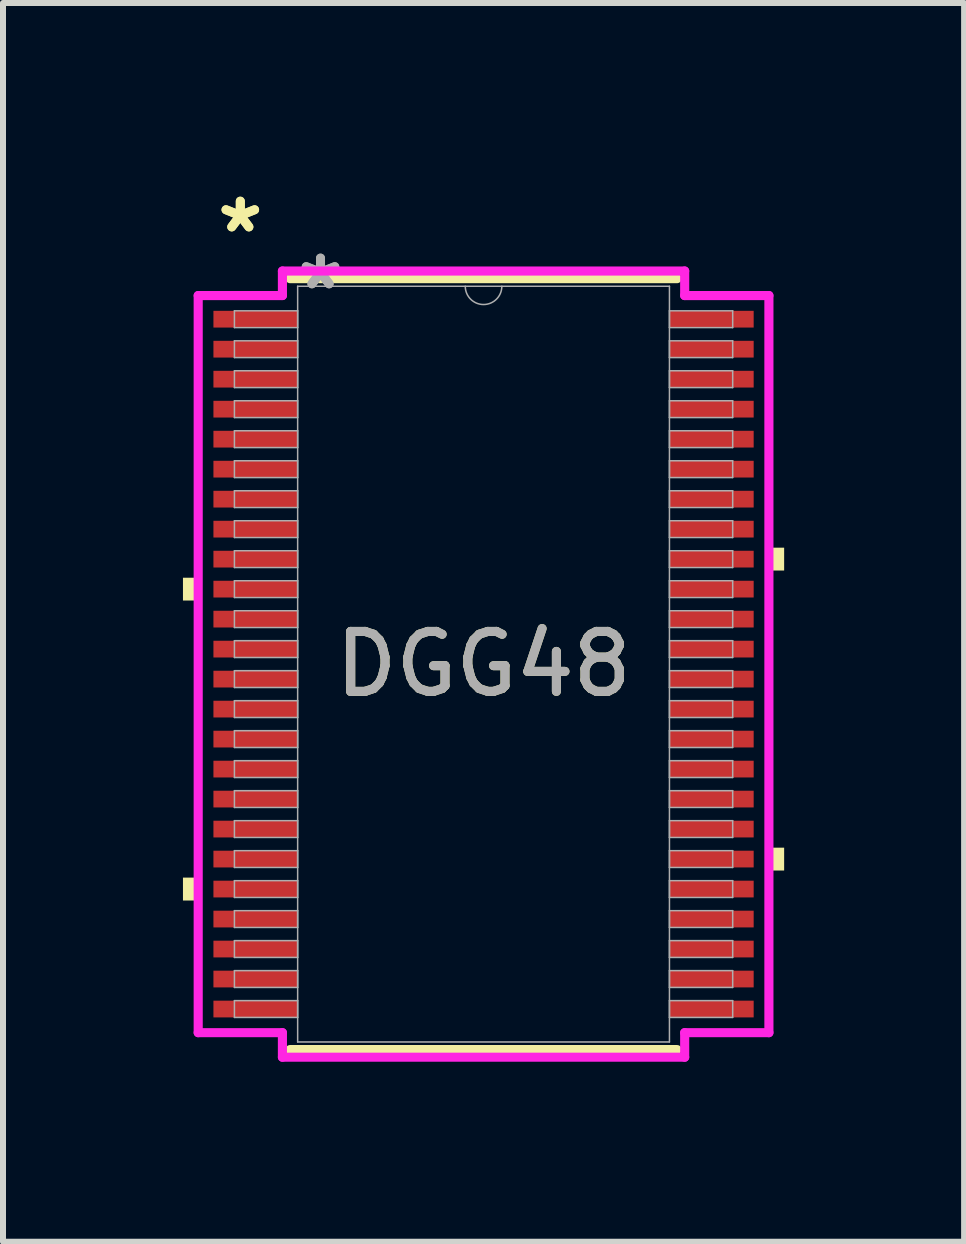
<source format=kicad_pcb>
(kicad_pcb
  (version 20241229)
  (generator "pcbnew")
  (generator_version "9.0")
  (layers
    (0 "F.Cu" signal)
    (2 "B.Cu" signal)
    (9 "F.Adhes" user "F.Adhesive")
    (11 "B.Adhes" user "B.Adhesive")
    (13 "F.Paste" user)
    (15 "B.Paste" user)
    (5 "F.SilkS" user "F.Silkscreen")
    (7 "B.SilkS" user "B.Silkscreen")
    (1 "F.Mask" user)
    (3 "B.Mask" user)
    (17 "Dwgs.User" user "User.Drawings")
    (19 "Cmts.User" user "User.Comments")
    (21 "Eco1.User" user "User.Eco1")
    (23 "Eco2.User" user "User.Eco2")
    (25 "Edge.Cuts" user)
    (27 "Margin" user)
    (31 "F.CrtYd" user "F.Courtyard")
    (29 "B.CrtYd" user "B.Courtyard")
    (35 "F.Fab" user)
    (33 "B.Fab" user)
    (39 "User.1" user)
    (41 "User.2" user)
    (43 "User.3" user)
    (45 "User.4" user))
  (footprint "DGG48"
    (layer "F.Cu")
    (at 5.011 8.021)
    (property "Reference" "DGG48" (at 0 0 0) (unlocked yes) (layer "F.SilkS") (effects (font (size 1 1) (thickness 0.15))))
    (attr smd)
    (fp_line (start -3.226 6.426) (end 3.226 6.426) (stroke (width 0.152) (type solid)) (layer "F.SilkS"))
    (fp_line (start 3.226 -6.426) (end -3.226 -6.426) (stroke (width 0.152) (type solid)) (layer "F.SilkS"))
    (fp_poly (pts (xy -5.011 -1.44) (xy -5.011 -1.06) (xy -4.757 -1.06) (xy -4.757 -1.44)) (stroke (width 0) (type solid)) (fill yes) (layer "F.SilkS"))
    (fp_poly (pts (xy -5.011 3.559) (xy -5.011 3.941) (xy -4.757 3.941) (xy -4.757 3.559)) (stroke (width 0) (type solid)) (fill yes) (layer "F.SilkS"))
    (fp_poly (pts (xy 5.011 -1.941) (xy 5.011 -1.56) (xy 4.757 -1.56) (xy 4.757 -1.941)) (stroke (width 0) (type solid)) (fill yes) (layer "F.SilkS"))
    (fp_poly (pts (xy 5.011 3.06) (xy 5.011 3.441) (xy 4.757 3.441) (xy 4.757 3.06)) (stroke (width 0) (type solid)) (fill yes) (layer "F.SilkS"))
    (fp_line (start -4.757 -6.144) (end -3.353 -6.144) (stroke (width 0.152) (type solid)) (layer "F.CrtYd"))
    (fp_line (start -4.757 6.144) (end -4.757 -6.144) (stroke (width 0.152) (type solid)) (layer "F.CrtYd"))
    (fp_line (start -4.757 6.144) (end -3.353 6.144) (stroke (width 0.152) (type solid)) (layer "F.CrtYd"))
    (fp_line (start -3.353 -6.553) (end 3.353 -6.553) (stroke (width 0.152) (type solid)) (layer "F.CrtYd"))
    (fp_line (start -3.353 -6.144) (end -3.353 -6.553) (stroke (width 0.152) (type solid)) (layer "F.CrtYd"))
    (fp_line (start -3.353 6.553) (end -3.353 6.144) (stroke (width 0.152) (type solid)) (layer "F.CrtYd"))
    (fp_line (start 3.353 -6.553) (end 3.353 -6.144) (stroke (width 0.152) (type solid)) (layer "F.CrtYd"))
    (fp_line (start 3.353 6.144) (end 3.353 6.553) (stroke (width 0.152) (type solid)) (layer "F.CrtYd"))
    (fp_line (start 3.353 6.553) (end -3.353 6.553) (stroke (width 0.152) (type solid)) (layer "F.CrtYd"))
    (fp_line (start 4.757 -6.144) (end 3.353 -6.144) (stroke (width 0.152) (type solid)) (layer "F.CrtYd"))
    (fp_line (start 4.757 -6.144) (end 4.757 6.144) (stroke (width 0.152) (type solid)) (layer "F.CrtYd"))
    (fp_line (start 4.757 6.144) (end 3.353 6.144) (stroke (width 0.152) (type solid)) (layer "F.CrtYd"))
    (fp_line (start -4.153 -5.89) (end -4.153 -5.61) (stroke (width 0.025) (type solid)) (layer "F.Fab"))
    (fp_line (start -4.153 -5.61) (end -3.099 -5.61) (stroke (width 0.025) (type solid)) (layer "F.Fab"))
    (fp_line (start -4.153 -5.39) (end -4.153 -5.11) (stroke (width 0.025) (type solid)) (layer "F.Fab"))
    (fp_line (start -4.153 -5.11) (end -3.099 -5.11) (stroke (width 0.025) (type solid)) (layer "F.Fab"))
    (fp_line (start -4.153 -4.89) (end -4.153 -4.61) (stroke (width 0.025) (type solid)) (layer "F.Fab"))
    (fp_line (start -4.153 -4.61) (end -3.099 -4.61) (stroke (width 0.025) (type solid)) (layer "F.Fab"))
    (fp_line (start -4.153 -4.39) (end -4.153 -4.11) (stroke (width 0.025) (type solid)) (layer "F.Fab"))
    (fp_line (start -4.153 -4.11) (end -3.099 -4.11) (stroke (width 0.025) (type solid)) (layer "F.Fab"))
    (fp_line (start -4.153 -3.89) (end -4.153 -3.61) (stroke (width 0.025) (type solid)) (layer "F.Fab"))
    (fp_line (start -4.153 -3.61) (end -3.099 -3.61) (stroke (width 0.025) (type solid)) (layer "F.Fab"))
    (fp_line (start -4.153 -3.39) (end -4.153 -3.11) (stroke (width 0.025) (type solid)) (layer "F.Fab"))
    (fp_line (start -4.153 -3.11) (end -3.099 -3.11) (stroke (width 0.025) (type solid)) (layer "F.Fab"))
    (fp_line (start -4.153 -2.89) (end -4.153 -2.61) (stroke (width 0.025) (type solid)) (layer "F.Fab"))
    (fp_line (start -4.153 -2.61) (end -3.099 -2.61) (stroke (width 0.025) (type solid)) (layer "F.Fab"))
    (fp_line (start -4.153 -2.39) (end -4.153 -2.11) (stroke (width 0.025) (type solid)) (layer "F.Fab"))
    (fp_line (start -4.153 -2.11) (end -3.099 -2.11) (stroke (width 0.025) (type solid)) (layer "F.Fab"))
    (fp_line (start -4.153 -1.89) (end -4.153 -1.61) (stroke (width 0.025) (type solid)) (layer "F.Fab"))
    (fp_line (start -4.153 -1.61) (end -3.099 -1.61) (stroke (width 0.025) (type solid)) (layer "F.Fab"))
    (fp_line (start -4.153 -1.39) (end -4.153 -1.11) (stroke (width 0.025) (type solid)) (layer "F.Fab"))
    (fp_line (start -4.153 -1.11) (end -3.099 -1.11) (stroke (width 0.025) (type solid)) (layer "F.Fab"))
    (fp_line (start -4.153 -0.89) (end -4.153 -0.61) (stroke (width 0.025) (type solid)) (layer "F.Fab"))
    (fp_line (start -4.153 -0.61) (end -3.099 -0.61) (stroke (width 0.025) (type solid)) (layer "F.Fab"))
    (fp_line (start -4.153 -0.39) (end -4.153 -0.11) (stroke (width 0.025) (type solid)) (layer "F.Fab"))
    (fp_line (start -4.153 -0.11) (end -3.099 -0.11) (stroke (width 0.025) (type solid)) (layer "F.Fab"))
    (fp_line (start -4.153 0.11) (end -4.153 0.39) (stroke (width 0.025) (type solid)) (layer "F.Fab"))
    (fp_line (start -4.153 0.39) (end -3.099 0.39) (stroke (width 0.025) (type solid)) (layer "F.Fab"))
    (fp_line (start -4.153 0.61) (end -4.153 0.89) (stroke (width 0.025) (type solid)) (layer "F.Fab"))
    (fp_line (start -4.153 0.89) (end -3.099 0.89) (stroke (width 0.025) (type solid)) (layer "F.Fab"))
    (fp_line (start -4.153 1.11) (end -4.153 1.39) (stroke (width 0.025) (type solid)) (layer "F.Fab"))
    (fp_line (start -4.153 1.39) (end -3.099 1.39) (stroke (width 0.025) (type solid)) (layer "F.Fab"))
    (fp_line (start -4.153 1.61) (end -4.153 1.89) (stroke (width 0.025) (type solid)) (layer "F.Fab"))
    (fp_line (start -4.153 1.89) (end -3.099 1.89) (stroke (width 0.025) (type solid)) (layer "F.Fab"))
    (fp_line (start -4.153 2.11) (end -4.153 2.39) (stroke (width 0.025) (type solid)) (layer "F.Fab"))
    (fp_line (start -4.153 2.39) (end -3.099 2.39) (stroke (width 0.025) (type solid)) (layer "F.Fab"))
    (fp_line (start -4.153 2.61) (end -4.153 2.89) (stroke (width 0.025) (type solid)) (layer "F.Fab"))
    (fp_line (start -4.153 2.89) (end -3.099 2.89) (stroke (width 0.025) (type solid)) (layer "F.Fab"))
    (fp_line (start -4.153 3.11) (end -4.153 3.39) (stroke (width 0.025) (type solid)) (layer "F.Fab"))
    (fp_line (start -4.153 3.39) (end -3.099 3.39) (stroke (width 0.025) (type solid)) (layer "F.Fab"))
    (fp_line (start -4.153 3.61) (end -4.153 3.89) (stroke (width 0.025) (type solid)) (layer "F.Fab"))
    (fp_line (start -4.153 3.89) (end -3.099 3.89) (stroke (width 0.025) (type solid)) (layer "F.Fab"))
    (fp_line (start -4.153 4.11) (end -4.153 4.39) (stroke (width 0.025) (type solid)) (layer "F.Fab"))
    (fp_line (start -4.153 4.39) (end -3.099 4.39) (stroke (width 0.025) (type solid)) (layer "F.Fab"))
    (fp_line (start -4.153 4.61) (end -4.153 4.89) (stroke (width 0.025) (type solid)) (layer "F.Fab"))
    (fp_line (start -4.153 4.89) (end -3.099 4.89) (stroke (width 0.025) (type solid)) (layer "F.Fab"))
    (fp_line (start -4.153 5.11) (end -4.153 5.39) (stroke (width 0.025) (type solid)) (layer "F.Fab"))
    (fp_line (start -4.153 5.39) (end -3.099 5.39) (stroke (width 0.025) (type solid)) (layer "F.Fab"))
    (fp_line (start -4.153 5.61) (end -4.153 5.89) (stroke (width 0.025) (type solid)) (layer "F.Fab"))
    (fp_line (start -4.153 5.89) (end -3.099 5.89) (stroke (width 0.025) (type solid)) (layer "F.Fab"))
    (fp_line (start -3.099 -6.299) (end -3.099 6.299) (stroke (width 0.025) (type solid)) (layer "F.Fab"))
    (fp_line (start -3.099 -5.89) (end -4.153 -5.89) (stroke (width 0.025) (type solid)) (layer "F.Fab"))
    (fp_line (start -3.099 -5.61) (end -3.099 -5.89) (stroke (width 0.025) (type solid)) (layer "F.Fab"))
    (fp_line (start -3.099 -5.39) (end -4.153 -5.39) (stroke (width 0.025) (type solid)) (layer "F.Fab"))
    (fp_line (start -3.099 -5.11) (end -3.099 -5.39) (stroke (width 0.025) (type solid)) (layer "F.Fab"))
    (fp_line (start -3.099 -4.89) (end -4.153 -4.89) (stroke (width 0.025) (type solid)) (layer "F.Fab"))
    (fp_line (start -3.099 -4.61) (end -3.099 -4.89) (stroke (width 0.025) (type solid)) (layer "F.Fab"))
    (fp_line (start -3.099 -4.39) (end -4.153 -4.39) (stroke (width 0.025) (type solid)) (layer "F.Fab"))
    (fp_line (start -3.099 -4.11) (end -3.099 -4.39) (stroke (width 0.025) (type solid)) (layer "F.Fab"))
    (fp_line (start -3.099 -3.89) (end -4.153 -3.89) (stroke (width 0.025) (type solid)) (layer "F.Fab"))
    (fp_line (start -3.099 -3.61) (end -3.099 -3.89) (stroke (width 0.025) (type solid)) (layer "F.Fab"))
    (fp_line (start -3.099 -3.39) (end -4.153 -3.39) (stroke (width 0.025) (type solid)) (layer "F.Fab"))
    (fp_line (start -3.099 -3.11) (end -3.099 -3.39) (stroke (width 0.025) (type solid)) (layer "F.Fab"))
    (fp_line (start -3.099 -2.89) (end -4.153 -2.89) (stroke (width 0.025) (type solid)) (layer "F.Fab"))
    (fp_line (start -3.099 -2.61) (end -3.099 -2.89) (stroke (width 0.025) (type solid)) (layer "F.Fab"))
    (fp_line (start -3.099 -2.39) (end -4.153 -2.39) (stroke (width 0.025) (type solid)) (layer "F.Fab"))
    (fp_line (start -3.099 -2.11) (end -3.099 -2.39) (stroke (width 0.025) (type solid)) (layer "F.Fab"))
    (fp_line (start -3.099 -1.89) (end -4.153 -1.89) (stroke (width 0.025) (type solid)) (layer "F.Fab"))
    (fp_line (start -3.099 -1.61) (end -3.099 -1.89) (stroke (width 0.025) (type solid)) (layer "F.Fab"))
    (fp_line (start -3.099 -1.39) (end -4.153 -1.39) (stroke (width 0.025) (type solid)) (layer "F.Fab"))
    (fp_line (start -3.099 -1.11) (end -3.099 -1.39) (stroke (width 0.025) (type solid)) (layer "F.Fab"))
    (fp_line (start -3.099 -0.89) (end -4.153 -0.89) (stroke (width 0.025) (type solid)) (layer "F.Fab"))
    (fp_line (start -3.099 -0.61) (end -3.099 -0.89) (stroke (width 0.025) (type solid)) (layer "F.Fab"))
    (fp_line (start -3.099 -0.39) (end -4.153 -0.39) (stroke (width 0.025) (type solid)) (layer "F.Fab"))
    (fp_line (start -3.099 -0.11) (end -3.099 -0.39) (stroke (width 0.025) (type solid)) (layer "F.Fab"))
    (fp_line (start -3.099 0.11) (end -4.153 0.11) (stroke (width 0.025) (type solid)) (layer "F.Fab"))
    (fp_line (start -3.099 0.39) (end -3.099 0.11) (stroke (width 0.025) (type solid)) (layer "F.Fab"))
    (fp_line (start -3.099 0.61) (end -4.153 0.61) (stroke (width 0.025) (type solid)) (layer "F.Fab"))
    (fp_line (start -3.099 0.89) (end -3.099 0.61) (stroke (width 0.025) (type solid)) (layer "F.Fab"))
    (fp_line (start -3.099 1.11) (end -4.153 1.11) (stroke (width 0.025) (type solid)) (layer "F.Fab"))
    (fp_line (start -3.099 1.39) (end -3.099 1.11) (stroke (width 0.025) (type solid)) (layer "F.Fab"))
    (fp_line (start -3.099 1.61) (end -4.153 1.61) (stroke (width 0.025) (type solid)) (layer "F.Fab"))
    (fp_line (start -3.099 1.89) (end -3.099 1.61) (stroke (width 0.025) (type solid)) (layer "F.Fab"))
    (fp_line (start -3.099 2.11) (end -4.153 2.11) (stroke (width 0.025) (type solid)) (layer "F.Fab"))
    (fp_line (start -3.099 2.39) (end -3.099 2.11) (stroke (width 0.025) (type solid)) (layer "F.Fab"))
    (fp_line (start -3.099 2.61) (end -4.153 2.61) (stroke (width 0.025) (type solid)) (layer "F.Fab"))
    (fp_line (start -3.099 2.89) (end -3.099 2.61) (stroke (width 0.025) (type solid)) (layer "F.Fab"))
    (fp_line (start -3.099 3.11) (end -4.153 3.11) (stroke (width 0.025) (type solid)) (layer "F.Fab"))
    (fp_line (start -3.099 3.39) (end -3.099 3.11) (stroke (width 0.025) (type solid)) (layer "F.Fab"))
    (fp_line (start -3.099 3.61) (end -4.153 3.61) (stroke (width 0.025) (type solid)) (layer "F.Fab"))
    (fp_line (start -3.099 3.89) (end -3.099 3.61) (stroke (width 0.025) (type solid)) (layer "F.Fab"))
    (fp_line (start -3.099 4.11) (end -4.153 4.11) (stroke (width 0.025) (type solid)) (layer "F.Fab"))
    (fp_line (start -3.099 4.39) (end -3.099 4.11) (stroke (width 0.025) (type solid)) (layer "F.Fab"))
    (fp_line (start -3.099 4.61) (end -4.153 4.61) (stroke (width 0.025) (type solid)) (layer "F.Fab"))
    (fp_line (start -3.099 4.89) (end -3.099 4.61) (stroke (width 0.025) (type solid)) (layer "F.Fab"))
    (fp_line (start -3.099 5.11) (end -4.153 5.11) (stroke (width 0.025) (type solid)) (layer "F.Fab"))
    (fp_line (start -3.099 5.39) (end -3.099 5.11) (stroke (width 0.025) (type solid)) (layer "F.Fab"))
    (fp_line (start -3.099 5.61) (end -4.153 5.61) (stroke (width 0.025) (type solid)) (layer "F.Fab"))
    (fp_line (start -3.099 5.89) (end -3.099 5.61) (stroke (width 0.025) (type solid)) (layer "F.Fab"))
    (fp_line (start -3.099 6.299) (end 3.099 6.299) (stroke (width 0.025) (type solid)) (layer "F.Fab"))
    (fp_line (start 3.099 -6.299) (end -3.099 -6.299) (stroke (width 0.025) (type solid)) (layer "F.Fab"))
    (fp_line (start 3.099 -5.89) (end 3.099 -5.61) (stroke (width 0.025) (type solid)) (layer "F.Fab"))
    (fp_line (start 3.099 -5.61) (end 4.153 -5.61) (stroke (width 0.025) (type solid)) (layer "F.Fab"))
    (fp_line (start 3.099 -5.39) (end 3.099 -5.11) (stroke (width 0.025) (type solid)) (layer "F.Fab"))
    (fp_line (start 3.099 -5.11) (end 4.153 -5.11) (stroke (width 0.025) (type solid)) (layer "F.Fab"))
    (fp_line (start 3.099 -4.89) (end 3.099 -4.61) (stroke (width 0.025) (type solid)) (layer "F.Fab"))
    (fp_line (start 3.099 -4.61) (end 4.153 -4.61) (stroke (width 0.025) (type solid)) (layer "F.Fab"))
    (fp_line (start 3.099 -4.39) (end 3.099 -4.11) (stroke (width 0.025) (type solid)) (layer "F.Fab"))
    (fp_line (start 3.099 -4.11) (end 4.153 -4.11) (stroke (width 0.025) (type solid)) (layer "F.Fab"))
    (fp_line (start 3.099 -3.89) (end 3.099 -3.61) (stroke (width 0.025) (type solid)) (layer "F.Fab"))
    (fp_line (start 3.099 -3.61) (end 4.153 -3.61) (stroke (width 0.025) (type solid)) (layer "F.Fab"))
    (fp_line (start 3.099 -3.39) (end 3.099 -3.11) (stroke (width 0.025) (type solid)) (layer "F.Fab"))
    (fp_line (start 3.099 -3.11) (end 4.153 -3.11) (stroke (width 0.025) (type solid)) (layer "F.Fab"))
    (fp_line (start 3.099 -2.89) (end 3.099 -2.61) (stroke (width 0.025) (type solid)) (layer "F.Fab"))
    (fp_line (start 3.099 -2.61) (end 4.153 -2.61) (stroke (width 0.025) (type solid)) (layer "F.Fab"))
    (fp_line (start 3.099 -2.39) (end 3.099 -2.11) (stroke (width 0.025) (type solid)) (layer "F.Fab"))
    (fp_line (start 3.099 -2.11) (end 4.153 -2.11) (stroke (width 0.025) (type solid)) (layer "F.Fab"))
    (fp_line (start 3.099 -1.89) (end 3.099 -1.61) (stroke (width 0.025) (type solid)) (layer "F.Fab"))
    (fp_line (start 3.099 -1.61) (end 4.153 -1.61) (stroke (width 0.025) (type solid)) (layer "F.Fab"))
    (fp_line (start 3.099 -1.39) (end 3.099 -1.11) (stroke (width 0.025) (type solid)) (layer "F.Fab"))
    (fp_line (start 3.099 -1.11) (end 4.153 -1.11) (stroke (width 0.025) (type solid)) (layer "F.Fab"))
    (fp_line (start 3.099 -0.89) (end 3.099 -0.61) (stroke (width 0.025) (type solid)) (layer "F.Fab"))
    (fp_line (start 3.099 -0.61) (end 4.153 -0.61) (stroke (width 0.025) (type solid)) (layer "F.Fab"))
    (fp_line (start 3.099 -0.39) (end 3.099 -0.11) (stroke (width 0.025) (type solid)) (layer "F.Fab"))
    (fp_line (start 3.099 -0.11) (end 4.153 -0.11) (stroke (width 0.025) (type solid)) (layer "F.Fab"))
    (fp_line (start 3.099 0.11) (end 3.099 0.39) (stroke (width 0.025) (type solid)) (layer "F.Fab"))
    (fp_line (start 3.099 0.39) (end 4.153 0.39) (stroke (width 0.025) (type solid)) (layer "F.Fab"))
    (fp_line (start 3.099 0.61) (end 3.099 0.89) (stroke (width 0.025) (type solid)) (layer "F.Fab"))
    (fp_line (start 3.099 0.89) (end 4.153 0.89) (stroke (width 0.025) (type solid)) (layer "F.Fab"))
    (fp_line (start 3.099 1.11) (end 3.099 1.39) (stroke (width 0.025) (type solid)) (layer "F.Fab"))
    (fp_line (start 3.099 1.39) (end 4.153 1.39) (stroke (width 0.025) (type solid)) (layer "F.Fab"))
    (fp_line (start 3.099 1.61) (end 3.099 1.89) (stroke (width 0.025) (type solid)) (layer "F.Fab"))
    (fp_line (start 3.099 1.89) (end 4.153 1.89) (stroke (width 0.025) (type solid)) (layer "F.Fab"))
    (fp_line (start 3.099 2.11) (end 3.099 2.39) (stroke (width 0.025) (type solid)) (layer "F.Fab"))
    (fp_line (start 3.099 2.39) (end 4.153 2.39) (stroke (width 0.025) (type solid)) (layer "F.Fab"))
    (fp_line (start 3.099 2.61) (end 3.099 2.89) (stroke (width 0.025) (type solid)) (layer "F.Fab"))
    (fp_line (start 3.099 2.89) (end 4.153 2.89) (stroke (width 0.025) (type solid)) (layer "F.Fab"))
    (fp_line (start 3.099 3.11) (end 3.099 3.39) (stroke (width 0.025) (type solid)) (layer "F.Fab"))
    (fp_line (start 3.099 3.39) (end 4.153 3.39) (stroke (width 0.025) (type solid)) (layer "F.Fab"))
    (fp_line (start 3.099 3.61) (end 3.099 3.89) (stroke (width 0.025) (type solid)) (layer "F.Fab"))
    (fp_line (start 3.099 3.89) (end 4.153 3.89) (stroke (width 0.025) (type solid)) (layer "F.Fab"))
    (fp_line (start 3.099 4.11) (end 3.099 4.39) (stroke (width 0.025) (type solid)) (layer "F.Fab"))
    (fp_line (start 3.099 4.39) (end 4.153 4.39) (stroke (width 0.025) (type solid)) (layer "F.Fab"))
    (fp_line (start 3.099 4.61) (end 3.099 4.89) (stroke (width 0.025) (type solid)) (layer "F.Fab"))
    (fp_line (start 3.099 4.89) (end 4.153 4.89) (stroke (width 0.025) (type solid)) (layer "F.Fab"))
    (fp_line (start 3.099 5.11) (end 3.099 5.39) (stroke (width 0.025) (type solid)) (layer "F.Fab"))
    (fp_line (start 3.099 5.39) (end 4.153 5.39) (stroke (width 0.025) (type solid)) (layer "F.Fab"))
    (fp_line (start 3.099 5.61) (end 3.099 5.89) (stroke (width 0.025) (type solid)) (layer "F.Fab"))
    (fp_line (start 3.099 5.89) (end 4.153 5.89) (stroke (width 0.025) (type solid)) (layer "F.Fab"))
    (fp_line (start 3.099 6.299) (end 3.099 -6.299) (stroke (width 0.025) (type solid)) (layer "F.Fab"))
    (fp_line (start 4.153 -5.89) (end 3.099 -5.89) (stroke (width 0.025) (type solid)) (layer "F.Fab"))
    (fp_line (start 4.153 -5.61) (end 4.153 -5.89) (stroke (width 0.025) (type solid)) (layer "F.Fab"))
    (fp_line (start 4.153 -5.39) (end 3.099 -5.39) (stroke (width 0.025) (type solid)) (layer "F.Fab"))
    (fp_line (start 4.153 -5.11) (end 4.153 -5.39) (stroke (width 0.025) (type solid)) (layer "F.Fab"))
    (fp_line (start 4.153 -4.89) (end 3.099 -4.89) (stroke (width 0.025) (type solid)) (layer "F.Fab"))
    (fp_line (start 4.153 -4.61) (end 4.153 -4.89) (stroke (width 0.025) (type solid)) (layer "F.Fab"))
    (fp_line (start 4.153 -4.39) (end 3.099 -4.39) (stroke (width 0.025) (type solid)) (layer "F.Fab"))
    (fp_line (start 4.153 -4.11) (end 4.153 -4.39) (stroke (width 0.025) (type solid)) (layer "F.Fab"))
    (fp_line (start 4.153 -3.89) (end 3.099 -3.89) (stroke (width 0.025) (type solid)) (layer "F.Fab"))
    (fp_line (start 4.153 -3.61) (end 4.153 -3.89) (stroke (width 0.025) (type solid)) (layer "F.Fab"))
    (fp_line (start 4.153 -3.39) (end 3.099 -3.39) (stroke (width 0.025) (type solid)) (layer "F.Fab"))
    (fp_line (start 4.153 -3.11) (end 4.153 -3.39) (stroke (width 0.025) (type solid)) (layer "F.Fab"))
    (fp_line (start 4.153 -2.89) (end 3.099 -2.89) (stroke (width 0.025) (type solid)) (layer "F.Fab"))
    (fp_line (start 4.153 -2.61) (end 4.153 -2.89) (stroke (width 0.025) (type solid)) (layer "F.Fab"))
    (fp_line (start 4.153 -2.39) (end 3.099 -2.39) (stroke (width 0.025) (type solid)) (layer "F.Fab"))
    (fp_line (start 4.153 -2.11) (end 4.153 -2.39) (stroke (width 0.025) (type solid)) (layer "F.Fab"))
    (fp_line (start 4.153 -1.89) (end 3.099 -1.89) (stroke (width 0.025) (type solid)) (layer "F.Fab"))
    (fp_line (start 4.153 -1.61) (end 4.153 -1.89) (stroke (width 0.025) (type solid)) (layer "F.Fab"))
    (fp_line (start 4.153 -1.39) (end 3.099 -1.39) (stroke (width 0.025) (type solid)) (layer "F.Fab"))
    (fp_line (start 4.153 -1.11) (end 4.153 -1.39) (stroke (width 0.025) (type solid)) (layer "F.Fab"))
    (fp_line (start 4.153 -0.89) (end 3.099 -0.89) (stroke (width 0.025) (type solid)) (layer "F.Fab"))
    (fp_line (start 4.153 -0.61) (end 4.153 -0.89) (stroke (width 0.025) (type solid)) (layer "F.Fab"))
    (fp_line (start 4.153 -0.39) (end 3.099 -0.39) (stroke (width 0.025) (type solid)) (layer "F.Fab"))
    (fp_line (start 4.153 -0.11) (end 4.153 -0.39) (stroke (width 0.025) (type solid)) (layer "F.Fab"))
    (fp_line (start 4.153 0.11) (end 3.099 0.11) (stroke (width 0.025) (type solid)) (layer "F.Fab"))
    (fp_line (start 4.153 0.39) (end 4.153 0.11) (stroke (width 0.025) (type solid)) (layer "F.Fab"))
    (fp_line (start 4.153 0.61) (end 3.099 0.61) (stroke (width 0.025) (type solid)) (layer "F.Fab"))
    (fp_line (start 4.153 0.89) (end 4.153 0.61) (stroke (width 0.025) (type solid)) (layer "F.Fab"))
    (fp_line (start 4.153 1.11) (end 3.099 1.11) (stroke (width 0.025) (type solid)) (layer "F.Fab"))
    (fp_line (start 4.153 1.39) (end 4.153 1.11) (stroke (width 0.025) (type solid)) (layer "F.Fab"))
    (fp_line (start 4.153 1.61) (end 3.099 1.61) (stroke (width 0.025) (type solid)) (layer "F.Fab"))
    (fp_line (start 4.153 1.89) (end 4.153 1.61) (stroke (width 0.025) (type solid)) (layer "F.Fab"))
    (fp_line (start 4.153 2.11) (end 3.099 2.11) (stroke (width 0.025) (type solid)) (layer "F.Fab"))
    (fp_line (start 4.153 2.39) (end 4.153 2.11) (stroke (width 0.025) (type solid)) (layer "F.Fab"))
    (fp_line (start 4.153 2.61) (end 3.099 2.61) (stroke (width 0.025) (type solid)) (layer "F.Fab"))
    (fp_line (start 4.153 2.89) (end 4.153 2.61) (stroke (width 0.025) (type solid)) (layer "F.Fab"))
    (fp_line (start 4.153 3.11) (end 3.099 3.11) (stroke (width 0.025) (type solid)) (layer "F.Fab"))
    (fp_line (start 4.153 3.39) (end 4.153 3.11) (stroke (width 0.025) (type solid)) (layer "F.Fab"))
    (fp_line (start 4.153 3.61) (end 3.099 3.61) (stroke (width 0.025) (type solid)) (layer "F.Fab"))
    (fp_line (start 4.153 3.89) (end 4.153 3.61) (stroke (width 0.025) (type solid)) (layer "F.Fab"))
    (fp_line (start 4.153 4.11) (end 3.099 4.11) (stroke (width 0.025) (type solid)) (layer "F.Fab"))
    (fp_line (start 4.153 4.39) (end 4.153 4.11) (stroke (width 0.025) (type solid)) (layer "F.Fab"))
    (fp_line (start 4.153 4.61) (end 3.099 4.61) (stroke (width 0.025) (type solid)) (layer "F.Fab"))
    (fp_line (start 4.153 4.89) (end 4.153 4.61) (stroke (width 0.025) (type solid)) (layer "F.Fab"))
    (fp_line (start 4.153 5.11) (end 3.099 5.11) (stroke (width 0.025) (type solid)) (layer "F.Fab"))
    (fp_line (start 4.153 5.39) (end 4.153 5.11) (stroke (width 0.025) (type solid)) (layer "F.Fab"))
    (fp_line (start 4.153 5.61) (end 3.099 5.61) (stroke (width 0.025) (type solid)) (layer "F.Fab"))
    (fp_line (start 4.153 5.89) (end 4.153 5.61) (stroke (width 0.025) (type solid)) (layer "F.Fab"))
    (fp_arc (start 0.3048 -6.2992) (mid 0 -5.9944) (end -0.3048 -6.2992) (stroke (width 0.0254) (type solid)) (layer "F.Fab"))
    (fp_text user "*" (at -4.055 -7.172 0) (layer "F.SilkS") (effects (font (size 1 1) (thickness 0.15))))
    (fp_text user "*" (at -4.055 -7.172 0) (unlocked yes) (layer "F.SilkS") (effects (font (size 1 1) (thickness 0.15))))
    (fp_text user "${REFERENCE}" (at 0 0 0) (unlocked yes) (layer "F.Fab") (effects (font (size 1 1) (thickness 0.15))))
    (fp_text user "*" (at -2.718 -6.223 0) (unlocked yes) (layer "F.Fab") (effects (font (size 1 1) (thickness 0.15))))
    (fp_text user "*" (at -2.718 -6.223 0) (layer "F.Fab") (effects (font (size 1 1) (thickness 0.15))))
    (pad "1" smd rect (at -3.801 -5.75) (size 1.404 0.279) (layers "F.Cu" "F.Mask" "F.Paste"))
    (pad "2" smd rect (at -3.801 -5.25) (size 1.404 0.279) (layers "F.Cu" "F.Mask" "F.Paste"))
    (pad "3" smd rect (at -3.801 -4.75) (size 1.404 0.279) (layers "F.Cu" "F.Mask" "F.Paste"))
    (pad "4" smd rect (at -3.801 -4.25) (size 1.404 0.279) (layers "F.Cu" "F.Mask" "F.Paste"))
    (pad "5" smd rect (at -3.801 -3.75) (size 1.404 0.279) (layers "F.Cu" "F.Mask" "F.Paste"))
    (pad "6" smd rect (at -3.801 -3.25) (size 1.404 0.279) (layers "F.Cu" "F.Mask" "F.Paste"))
    (pad "7" smd rect (at -3.801 -2.75) (size 1.404 0.279) (layers "F.Cu" "F.Mask" "F.Paste"))
    (pad "8" smd rect (at -3.801 -2.25) (size 1.404 0.279) (layers "F.Cu" "F.Mask" "F.Paste"))
    (pad "9" smd rect (at -3.801 -1.75) (size 1.404 0.279) (layers "F.Cu" "F.Mask" "F.Paste"))
    (pad "10" smd rect (at -3.801 -1.25) (size 1.404 0.279) (layers "F.Cu" "F.Mask" "F.Paste"))
    (pad "11" smd rect (at -3.801 -0.75) (size 1.404 0.279) (layers "F.Cu" "F.Mask" "F.Paste"))
    (pad "12" smd rect (at -3.801 -0.25) (size 1.404 0.279) (layers "F.Cu" "F.Mask" "F.Paste"))
    (pad "13" smd rect (at -3.801 0.25) (size 1.404 0.279) (layers "F.Cu" "F.Mask" "F.Paste"))
    (pad "14" smd rect (at -3.801 0.75) (size 1.404 0.279) (layers "F.Cu" "F.Mask" "F.Paste"))
    (pad "15" smd rect (at -3.801 1.25) (size 1.404 0.279) (layers "F.Cu" "F.Mask" "F.Paste"))
    (pad "16" smd rect (at -3.801 1.75) (size 1.404 0.279) (layers "F.Cu" "F.Mask" "F.Paste"))
    (pad "17" smd rect (at -3.801 2.25) (size 1.404 0.279) (layers "F.Cu" "F.Mask" "F.Paste"))
    (pad "18" smd rect (at -3.801 2.75) (size 1.404 0.279) (layers "F.Cu" "F.Mask" "F.Paste"))
    (pad "19" smd rect (at -3.801 3.25) (size 1.404 0.279) (layers "F.Cu" "F.Mask" "F.Paste"))
    (pad "20" smd rect (at -3.801 3.75) (size 1.404 0.279) (layers "F.Cu" "F.Mask" "F.Paste"))
    (pad "21" smd rect (at -3.801 4.25) (size 1.404 0.279) (layers "F.Cu" "F.Mask" "F.Paste"))
    (pad "22" smd rect (at -3.801 4.75) (size 1.404 0.279) (layers "F.Cu" "F.Mask" "F.Paste"))
    (pad "23" smd rect (at -3.801 5.25) (size 1.404 0.279) (layers "F.Cu" "F.Mask" "F.Paste"))
    (pad "24" smd rect (at -3.801 5.75) (size 1.404 0.279) (layers "F.Cu" "F.Mask" "F.Paste"))
    (pad "25" smd rect (at 3.801 5.75) (size 1.404 0.279) (layers "F.Cu" "F.Mask" "F.Paste"))
    (pad "26" smd rect (at 3.801 5.25) (size 1.404 0.279) (layers "F.Cu" "F.Mask" "F.Paste"))
    (pad "27" smd rect (at 3.801 4.75) (size 1.404 0.279) (layers "F.Cu" "F.Mask" "F.Paste"))
    (pad "28" smd rect (at 3.801 4.25) (size 1.404 0.279) (layers "F.Cu" "F.Mask" "F.Paste"))
    (pad "29" smd rect (at 3.801 3.75) (size 1.404 0.279) (layers "F.Cu" "F.Mask" "F.Paste"))
    (pad "30" smd rect (at 3.801 3.25) (size 1.404 0.279) (layers "F.Cu" "F.Mask" "F.Paste"))
    (pad "31" smd rect (at 3.801 2.75) (size 1.404 0.279) (layers "F.Cu" "F.Mask" "F.Paste"))
    (pad "32" smd rect (at 3.801 2.25) (size 1.404 0.279) (layers "F.Cu" "F.Mask" "F.Paste"))
    (pad "33" smd rect (at 3.801 1.75) (size 1.404 0.279) (layers "F.Cu" "F.Mask" "F.Paste"))
    (pad "34" smd rect (at 3.801 1.25) (size 1.404 0.279) (layers "F.Cu" "F.Mask" "F.Paste"))
    (pad "35" smd rect (at 3.801 0.75) (size 1.404 0.279) (layers "F.Cu" "F.Mask" "F.Paste"))
    (pad "36" smd rect (at 3.801 0.25) (size 1.404 0.279) (layers "F.Cu" "F.Mask" "F.Paste"))
    (pad "37" smd rect (at 3.801 -0.25) (size 1.404 0.279) (layers "F.Cu" "F.Mask" "F.Paste"))
    (pad "38" smd rect (at 3.801 -0.75) (size 1.404 0.279) (layers "F.Cu" "F.Mask" "F.Paste"))
    (pad "39" smd rect (at 3.801 -1.25) (size 1.404 0.279) (layers "F.Cu" "F.Mask" "F.Paste"))
    (pad "40" smd rect (at 3.801 -1.75) (size 1.404 0.279) (layers "F.Cu" "F.Mask" "F.Paste"))
    (pad "41" smd rect (at 3.801 -2.25) (size 1.404 0.279) (layers "F.Cu" "F.Mask" "F.Paste"))
    (pad "42" smd rect (at 3.801 -2.75) (size 1.404 0.279) (layers "F.Cu" "F.Mask" "F.Paste"))
    (pad "43" smd rect (at 3.801 -3.25) (size 1.404 0.279) (layers "F.Cu" "F.Mask" "F.Paste"))
    (pad "44" smd rect (at 3.801 -3.75) (size 1.404 0.279) (layers "F.Cu" "F.Mask" "F.Paste"))
    (pad "45" smd rect (at 3.801 -4.25) (size 1.404 0.279) (layers "F.Cu" "F.Mask" "F.Paste"))
    (pad "46" smd rect (at 3.801 -4.75) (size 1.404 0.279) (layers "F.Cu" "F.Mask" "F.Paste"))
    (pad "47" smd rect (at 3.801 -5.25) (size 1.404 0.279) (layers "F.Cu" "F.Mask" "F.Paste"))
    (pad "48" smd rect (at 3.801 -5.75) (size 1.404 0.279) (layers "F.Cu" "F.Mask" "F.Paste")))
  (gr_rect
    (start -3 -3)
    (end 13.022 17.65)
    (stroke (width 0.1) (type default))
    (fill no)
    (layer "Edge.Cuts")))
</source>
